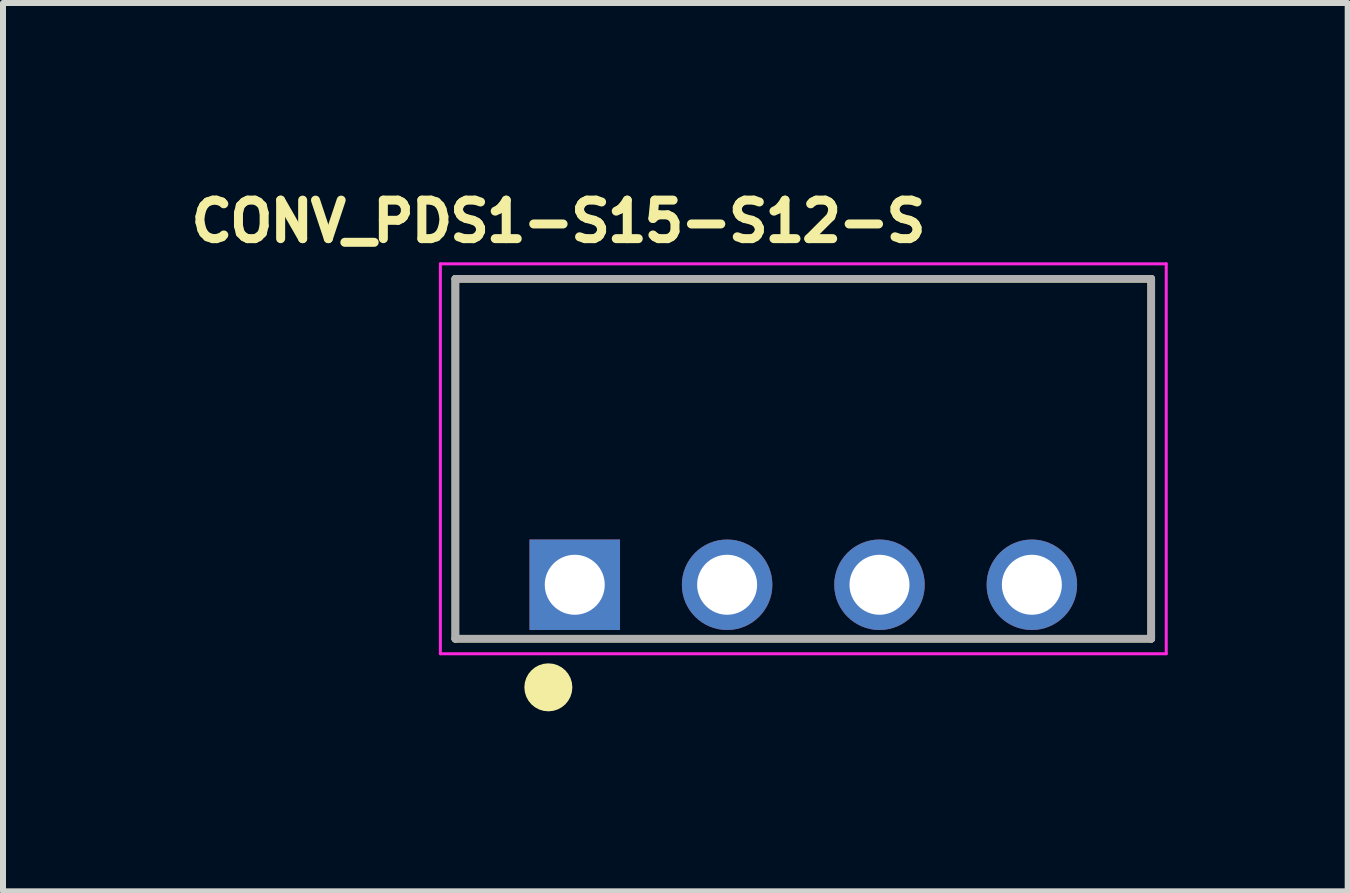
<source format=kicad_pcb>
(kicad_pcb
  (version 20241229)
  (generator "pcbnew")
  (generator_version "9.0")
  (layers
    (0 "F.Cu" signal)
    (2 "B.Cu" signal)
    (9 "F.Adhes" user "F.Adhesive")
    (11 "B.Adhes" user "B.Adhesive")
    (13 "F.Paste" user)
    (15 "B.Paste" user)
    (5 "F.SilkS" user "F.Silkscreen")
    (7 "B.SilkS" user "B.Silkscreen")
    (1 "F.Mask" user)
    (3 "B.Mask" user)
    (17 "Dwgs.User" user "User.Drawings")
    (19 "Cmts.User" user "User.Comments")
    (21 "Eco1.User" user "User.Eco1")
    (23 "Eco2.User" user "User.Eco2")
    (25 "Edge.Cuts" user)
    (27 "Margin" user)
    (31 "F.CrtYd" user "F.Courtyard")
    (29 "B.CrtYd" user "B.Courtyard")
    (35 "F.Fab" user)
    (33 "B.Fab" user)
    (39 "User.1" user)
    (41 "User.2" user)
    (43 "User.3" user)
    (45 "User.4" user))
  (footprint "CONV_PDS1-S15-S12-S"
    (layer "F.Cu")
    (at 10.341 4.598)
    (property "Reference" "CONV_PDS1-S15-S12-S" (at -4.081 -3.959 0) (layer "F.SilkS") (effects (font (size 0.642 0.642) (thickness 0.15))))
    (attr through_hole)
    (fp_line (start -5.8 -3) (end 5.8 -3) (stroke (width 0.127) (type solid)) (layer "F.SilkS"))
    (fp_line (start -5.8 3) (end -5.8 -3) (stroke (width 0.127) (type solid)) (layer "F.SilkS"))
    (fp_line (start 5.8 -3) (end 5.8 3) (stroke (width 0.127) (type solid)) (layer "F.SilkS"))
    (fp_line (start 5.8 3) (end -5.8 3) (stroke (width 0.127) (type solid)) (layer "F.SilkS"))
    (fp_circle (center -4.25 3.81) (end -4.05 3.81) (stroke (width 0.4) (type solid)) (fill no) (layer "F.SilkS"))
    (fp_line (start -6.05 -3.25) (end 6.05 -3.25) (stroke (width 0.05) (type solid)) (layer "F.CrtYd"))
    (fp_line (start -6.05 3.25) (end -6.05 -3.25) (stroke (width 0.05) (type solid)) (layer "F.CrtYd"))
    (fp_line (start 6.05 -3.25) (end 6.05 3.25) (stroke (width 0.05) (type solid)) (layer "F.CrtYd"))
    (fp_line (start 6.05 3.25) (end -6.05 3.25) (stroke (width 0.05) (type solid)) (layer "F.CrtYd"))
    (fp_line (start -5.8 -3) (end 5.8 -3) (stroke (width 0.127) (type solid)) (layer "F.Fab"))
    (fp_line (start -5.8 3) (end -5.8 -3) (stroke (width 0.127) (type solid)) (layer "F.Fab"))
    (fp_line (start 5.8 -3) (end 5.8 3) (stroke (width 0.127) (type solid)) (layer "F.Fab"))
    (fp_line (start 5.8 3) (end -5.8 3) (stroke (width 0.127) (type solid)) (layer "F.Fab"))
    (fp_circle (center -3.75 2.06) (end -3.55 2.06) (stroke (width 0.4) (type solid)) (fill no) (layer "F.Fab"))
    (pad "1" thru_hole rect (at -3.81 2.1) (size 1.508 1.508) (drill 1) (layers "*.Cu" "*.Mask"))
    (pad "2" thru_hole circle (at -1.27 2.1) (size 1.508 1.508) (drill 1) (layers "*.Cu" "*.Mask"))
    (pad "3" thru_hole circle (at 1.27 2.1) (size 1.508 1.508) (drill 1) (layers "*.Cu" "*.Mask"))
    (pad "4" thru_hole circle (at 3.81 2.1) (size 1.508 1.508) (drill 1) (layers "*.Cu" "*.Mask")))
  (gr_rect
    (start -3 -3)
    (end 19.416 11.808)
    (stroke (width 0.1) (type default))
    (fill no)
    (layer "Edge.Cuts")))
</source>
